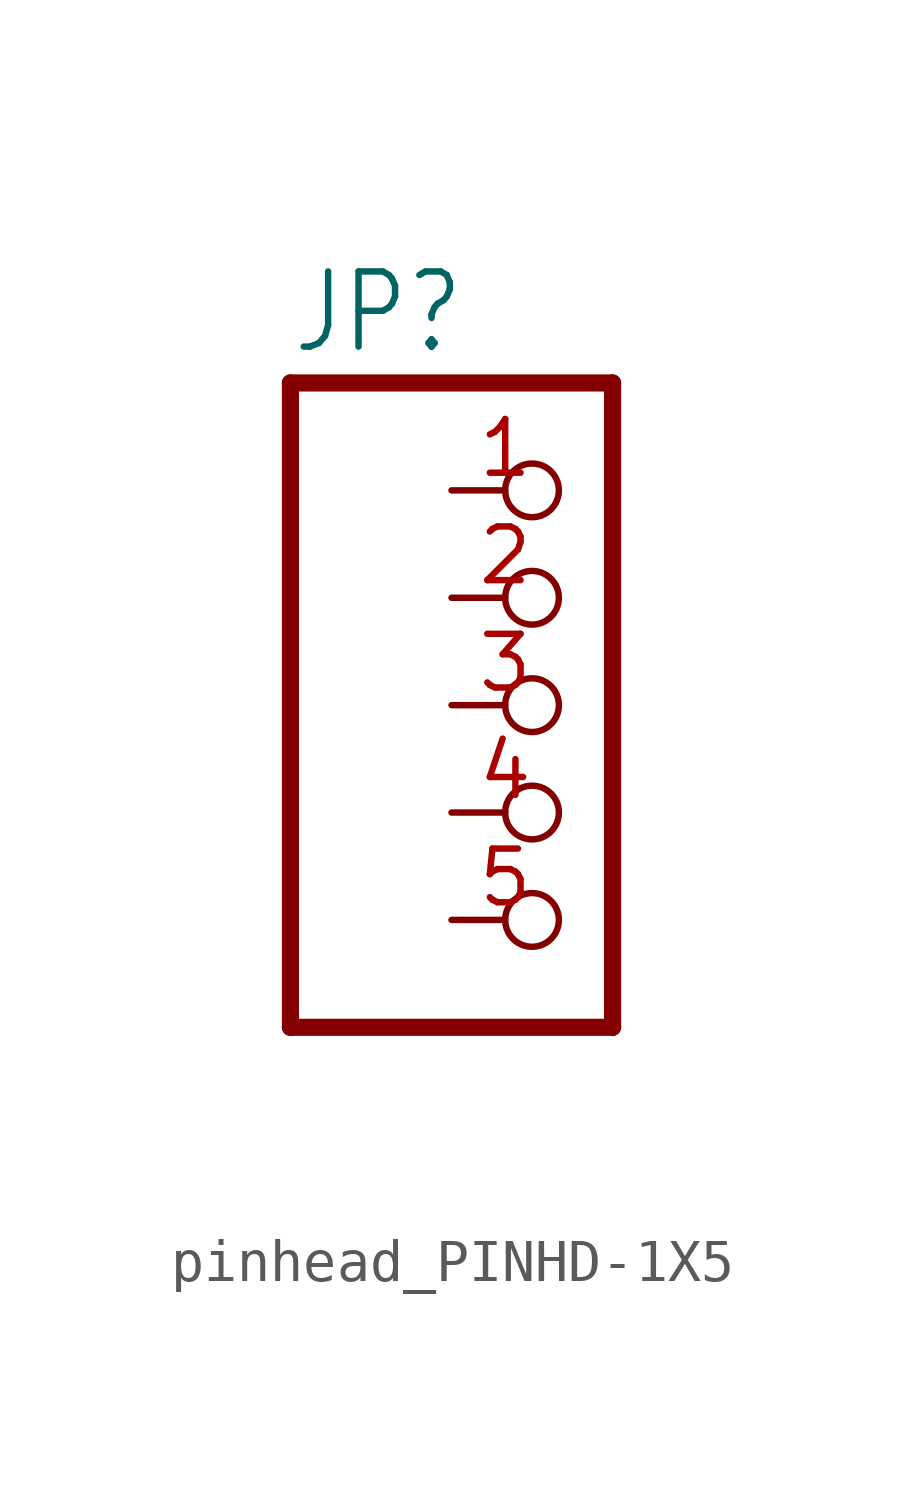
<source format=kicad_sym>
(kicad_symbol_lib
  (version 20241209)
  (generator "kicad_symbol_editor")
  (generator_version "9.0")
  (symbol "pinhead_PINHD-1X5"
    (property "Reference" "JP"
      (at -6.35 8.255 0)
      (effects (font (size 1.778 1.511)) (justify left bottom)))
    (property "Value" ""
      (at -6.35 -10.16 0)
      (effects (font (size 1.778 1.511)) (justify left bottom)))
    (property "ki_locked" ""
      (at 0 0 0)
      (effects (font (size 1.27 1.27))))
    (symbol "pinhead_PINHD-1X5_1_0"
      (polyline (pts (xy -6.35 7.62) (xy -6.35 -7.62)) (stroke (width 0.406) (type solid)) (fill (type none)))
      (polyline (pts (xy -6.35 -7.62) (xy 1.27 -7.62)) (stroke (width 0.406) (type solid)) (fill (type none)))
      (polyline (pts (xy 1.27 7.62) (xy -6.35 7.62)) (stroke (width 0.406) (type solid)) (fill (type none)))
      (polyline (pts (xy 1.27 -7.62) (xy 1.27 7.62)) (stroke (width 0.406) (type solid)) (fill (type none)))
      (pin passive inverted (at -2.54 5.08 0) (length 2.54) (name "1" (effects (font (size 0 0)))) (number "1" (effects (font (size 1.27 1.27)))))
      (pin passive inverted (at -2.54 2.54 0) (length 2.54) (name "2" (effects (font (size 0 0)))) (number "2" (effects (font (size 1.27 1.27)))))
      (pin passive inverted (at -2.54 0 0) (length 2.54) (name "3" (effects (font (size 0 0)))) (number "3" (effects (font (size 1.27 1.27)))))
      (pin passive inverted (at -2.54 -2.54 0) (length 2.54) (name "4" (effects (font (size 0 0)))) (number "4" (effects (font (size 1.27 1.27)))))
      (pin passive inverted (at -2.54 -5.08 0) (length 2.54) (name "5" (effects (font (size 0 0)))) (number "5" (effects (font (size 1.27 1.27))))))))
</source>
